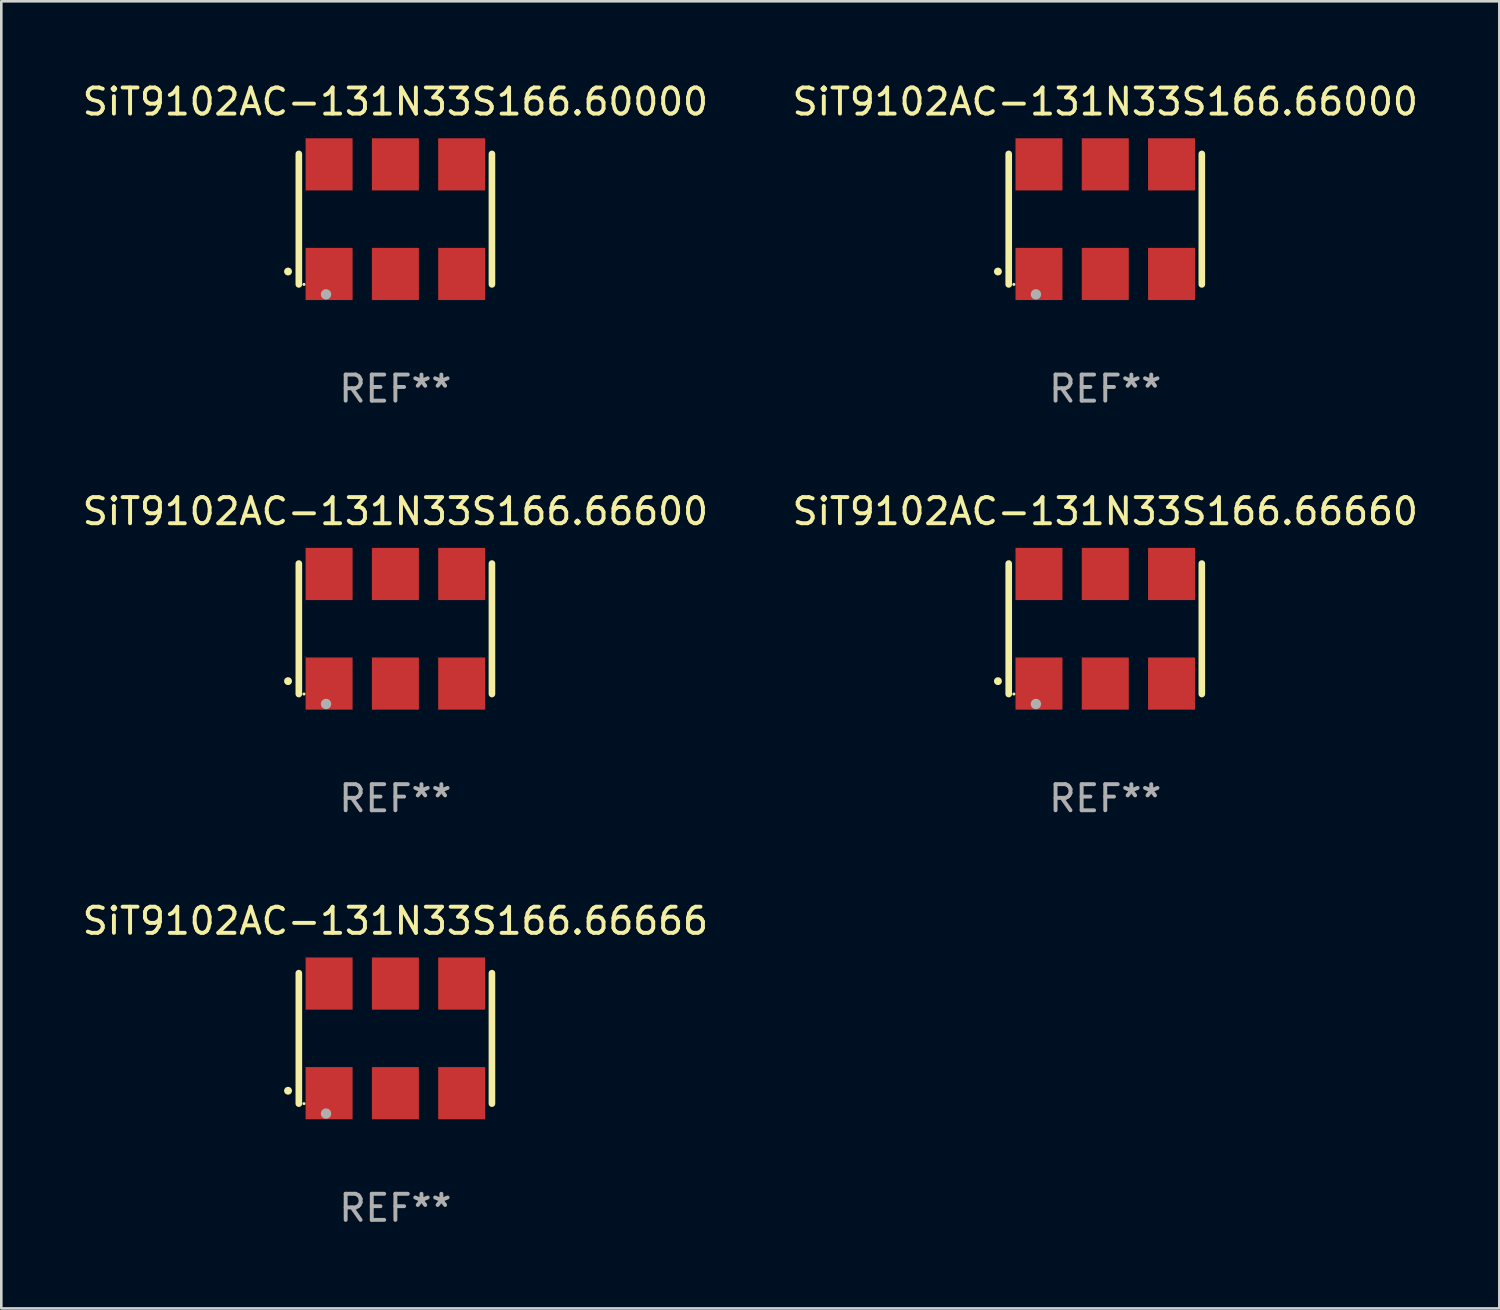
<source format=kicad_pcb>
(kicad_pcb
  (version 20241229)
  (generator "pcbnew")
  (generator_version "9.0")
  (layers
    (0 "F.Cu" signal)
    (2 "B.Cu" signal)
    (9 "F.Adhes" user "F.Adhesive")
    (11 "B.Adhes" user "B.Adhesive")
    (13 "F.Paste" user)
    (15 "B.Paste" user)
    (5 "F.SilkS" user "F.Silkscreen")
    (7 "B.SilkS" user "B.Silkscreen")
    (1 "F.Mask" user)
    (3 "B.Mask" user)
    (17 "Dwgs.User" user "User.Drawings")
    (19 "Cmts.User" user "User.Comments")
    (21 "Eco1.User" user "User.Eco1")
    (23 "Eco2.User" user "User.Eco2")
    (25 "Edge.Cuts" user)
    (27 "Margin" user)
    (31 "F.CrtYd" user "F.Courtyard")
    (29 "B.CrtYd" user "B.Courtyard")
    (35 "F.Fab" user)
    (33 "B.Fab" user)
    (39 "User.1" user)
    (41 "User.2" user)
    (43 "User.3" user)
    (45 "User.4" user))
  (footprint "SiT9102AC-131N33S166.66660"
    (layer "F.Cu")
    (at 39.304 21.045)
    (property "Reference" "SiT9102AC-131N33S166.66660" (at 0 -4.5 0) (layer "F.SilkS") (effects (font (size 1 1) (thickness 0.15))))
    (attr through_hole)
    (fp_line (start -3.7 -2.5) (end -3.7 2.5) (stroke (width 0.254) (type solid)) (layer "F.SilkS"))
    (fp_line (start 3.7 -2.5) (end 3.7 2.5) (stroke (width 0.254) (type solid)) (layer "F.SilkS"))
    (fp_arc (start -4.114415 2.006604) (mid -4.113145 2.006599) (end -4.111875 2.006604) (stroke (width 0.3) (type solid)) (layer "F.SilkS"))
    (fp_circle (center -3.502 2.5) (end -3.472 2.5) (stroke (width 0.06) (type solid)) (fill no) (layer "F.SilkS"))
    (fp_circle (center -2.657 2.882) (end -2.557 2.882) (stroke (width 0.2) (type solid)) (fill no) (layer "F.Fab"))
    (fp_text user "REF**" (at 0 6.5 0) (layer "F.Fab") (effects (font (size 1 1) (thickness 0.15))))
    (pad "1" smd rect (at -2.54 2.1) (size 1.8 2) (layers "F.Cu" "F.Mask" "F.Paste"))
    (pad "2" smd rect (at 0.000394 2.1) (size 1.8 2) (layers "F.Cu" "F.Mask" "F.Paste"))
    (pad "3" smd rect (at 2.54 2.1) (size 1.8 2) (layers "F.Cu" "F.Mask" "F.Paste"))
    (pad "4" smd rect (at 2.54 -2.1) (size 1.8 2) (layers "F.Cu" "F.Mask" "F.Paste"))
    (pad "5" smd rect (at 0.000394 -2.1) (size 1.8 2) (layers "F.Cu" "F.Mask" "F.Paste"))
    (pad "6" smd rect (at -2.54 -2.1) (size 1.8 2) (layers "F.Cu" "F.Mask" "F.Paste")))
  (footprint "SiT9102AC-131N33S166.66666"
    (layer "F.Cu")
    (at 12.101 36.741)
    (property "Reference" "SiT9102AC-131N33S166.66666" (at 0 -4.5 0) (layer "F.SilkS") (effects (font (size 1 1) (thickness 0.15))))
    (attr through_hole)
    (fp_line (start -3.7 -2.5) (end -3.7 2.5) (stroke (width 0.254) (type solid)) (layer "F.SilkS"))
    (fp_line (start 3.7 -2.5) (end 3.7 2.5) (stroke (width 0.254) (type solid)) (layer "F.SilkS"))
    (fp_arc (start -4.114415 2.006604) (mid -4.113145 2.006599) (end -4.111875 2.006604) (stroke (width 0.3) (type solid)) (layer "F.SilkS"))
    (fp_circle (center -3.502 2.5) (end -3.472 2.5) (stroke (width 0.06) (type solid)) (fill no) (layer "F.SilkS"))
    (fp_circle (center -2.657 2.882) (end -2.557 2.882) (stroke (width 0.2) (type solid)) (fill no) (layer "F.Fab"))
    (fp_text user "REF**" (at 0 6.5 0) (layer "F.Fab") (effects (font (size 1 1) (thickness 0.15))))
    (pad "1" smd rect (at -2.54 2.1) (size 1.8 2) (layers "F.Cu" "F.Mask" "F.Paste"))
    (pad "2" smd rect (at 0.000394 2.1) (size 1.8 2) (layers "F.Cu" "F.Mask" "F.Paste"))
    (pad "3" smd rect (at 2.54 2.1) (size 1.8 2) (layers "F.Cu" "F.Mask" "F.Paste"))
    (pad "4" smd rect (at 2.54 -2.1) (size 1.8 2) (layers "F.Cu" "F.Mask" "F.Paste"))
    (pad "5" smd rect (at 0.000394 -2.1) (size 1.8 2) (layers "F.Cu" "F.Mask" "F.Paste"))
    (pad "6" smd rect (at -2.54 -2.1) (size 1.8 2) (layers "F.Cu" "F.Mask" "F.Paste")))
  (footprint "SiT9102AC-131N33S166.66000"
    (layer "F.Cu")
    (at 39.304 5.348)
    (property "Reference" "SiT9102AC-131N33S166.66000" (at 0 -4.5 0) (layer "F.SilkS") (effects (font (size 1 1) (thickness 0.15))))
    (attr through_hole)
    (fp_line (start -3.7 -2.5) (end -3.7 2.5) (stroke (width 0.254) (type solid)) (layer "F.SilkS"))
    (fp_line (start 3.7 -2.5) (end 3.7 2.5) (stroke (width 0.254) (type solid)) (layer "F.SilkS"))
    (fp_arc (start -4.114415 2.006604) (mid -4.113145 2.006599) (end -4.111875 2.006604) (stroke (width 0.3) (type solid)) (layer "F.SilkS"))
    (fp_circle (center -3.502 2.5) (end -3.472 2.5) (stroke (width 0.06) (type solid)) (fill no) (layer "F.SilkS"))
    (fp_circle (center -2.657 2.882) (end -2.557 2.882) (stroke (width 0.2) (type solid)) (fill no) (layer "F.Fab"))
    (fp_text user "REF**" (at 0 6.5 0) (layer "F.Fab") (effects (font (size 1 1) (thickness 0.15))))
    (pad "1" smd rect (at -2.54 2.1) (size 1.8 2) (layers "F.Cu" "F.Mask" "F.Paste"))
    (pad "2" smd rect (at 0.000394 2.1) (size 1.8 2) (layers "F.Cu" "F.Mask" "F.Paste"))
    (pad "3" smd rect (at 2.54 2.1) (size 1.8 2) (layers "F.Cu" "F.Mask" "F.Paste"))
    (pad "4" smd rect (at 2.54 -2.1) (size 1.8 2) (layers "F.Cu" "F.Mask" "F.Paste"))
    (pad "5" smd rect (at 0.000394 -2.1) (size 1.8 2) (layers "F.Cu" "F.Mask" "F.Paste"))
    (pad "6" smd rect (at -2.54 -2.1) (size 1.8 2) (layers "F.Cu" "F.Mask" "F.Paste")))
  (footprint "SiT9102AC-131N33S166.60000"
    (layer "F.Cu")
    (at 12.101 5.348)
    (property "Reference" "SiT9102AC-131N33S166.60000" (at 0 -4.5 0) (layer "F.SilkS") (effects (font (size 1 1) (thickness 0.15))))
    (attr through_hole)
    (fp_line (start -3.7 -2.5) (end -3.7 2.5) (stroke (width 0.254) (type solid)) (layer "F.SilkS"))
    (fp_line (start 3.7 -2.5) (end 3.7 2.5) (stroke (width 0.254) (type solid)) (layer "F.SilkS"))
    (fp_arc (start -4.114415 2.006604) (mid -4.113145 2.006599) (end -4.111875 2.006604) (stroke (width 0.3) (type solid)) (layer "F.SilkS"))
    (fp_circle (center -3.502 2.5) (end -3.472 2.5) (stroke (width 0.06) (type solid)) (fill no) (layer "F.SilkS"))
    (fp_circle (center -2.657 2.882) (end -2.557 2.882) (stroke (width 0.2) (type solid)) (fill no) (layer "F.Fab"))
    (fp_text user "REF**" (at 0 6.5 0) (layer "F.Fab") (effects (font (size 1 1) (thickness 0.15))))
    (pad "1" smd rect (at -2.54 2.1) (size 1.8 2) (layers "F.Cu" "F.Mask" "F.Paste"))
    (pad "2" smd rect (at 0.000394 2.1) (size 1.8 2) (layers "F.Cu" "F.Mask" "F.Paste"))
    (pad "3" smd rect (at 2.54 2.1) (size 1.8 2) (layers "F.Cu" "F.Mask" "F.Paste"))
    (pad "4" smd rect (at 2.54 -2.1) (size 1.8 2) (layers "F.Cu" "F.Mask" "F.Paste"))
    (pad "5" smd rect (at 0.000394 -2.1) (size 1.8 2) (layers "F.Cu" "F.Mask" "F.Paste"))
    (pad "6" smd rect (at -2.54 -2.1) (size 1.8 2) (layers "F.Cu" "F.Mask" "F.Paste")))
  (footprint "SiT9102AC-131N33S166.66600"
    (layer "F.Cu")
    (at 12.101 21.045)
    (property "Reference" "SiT9102AC-131N33S166.66600" (at 0 -4.5 0) (layer "F.SilkS") (effects (font (size 1 1) (thickness 0.15))))
    (attr through_hole)
    (fp_line (start -3.7 -2.5) (end -3.7 2.5) (stroke (width 0.254) (type solid)) (layer "F.SilkS"))
    (fp_line (start 3.7 -2.5) (end 3.7 2.5) (stroke (width 0.254) (type solid)) (layer "F.SilkS"))
    (fp_arc (start -4.114415 2.006604) (mid -4.113145 2.006599) (end -4.111875 2.006604) (stroke (width 0.3) (type solid)) (layer "F.SilkS"))
    (fp_circle (center -3.502 2.5) (end -3.472 2.5) (stroke (width 0.06) (type solid)) (fill no) (layer "F.SilkS"))
    (fp_circle (center -2.657 2.882) (end -2.557 2.882) (stroke (width 0.2) (type solid)) (fill no) (layer "F.Fab"))
    (fp_text user "REF**" (at 0 6.5 0) (layer "F.Fab") (effects (font (size 1 1) (thickness 0.15))))
    (pad "1" smd rect (at -2.54 2.1) (size 1.8 2) (layers "F.Cu" "F.Mask" "F.Paste"))
    (pad "2" smd rect (at 0.000394 2.1) (size 1.8 2) (layers "F.Cu" "F.Mask" "F.Paste"))
    (pad "3" smd rect (at 2.54 2.1) (size 1.8 2) (layers "F.Cu" "F.Mask" "F.Paste"))
    (pad "4" smd rect (at 2.54 -2.1) (size 1.8 2) (layers "F.Cu" "F.Mask" "F.Paste"))
    (pad "5" smd rect (at 0.000394 -2.1) (size 1.8 2) (layers "F.Cu" "F.Mask" "F.Paste"))
    (pad "6" smd rect (at -2.54 -2.1) (size 1.8 2) (layers "F.Cu" "F.Mask" "F.Paste")))
  (gr_rect
    (start -3 -3)
    (end 54.405 47.09)
    (stroke (width 0.1) (type default))
    (fill no)
    (layer "Edge.Cuts")))
</source>
